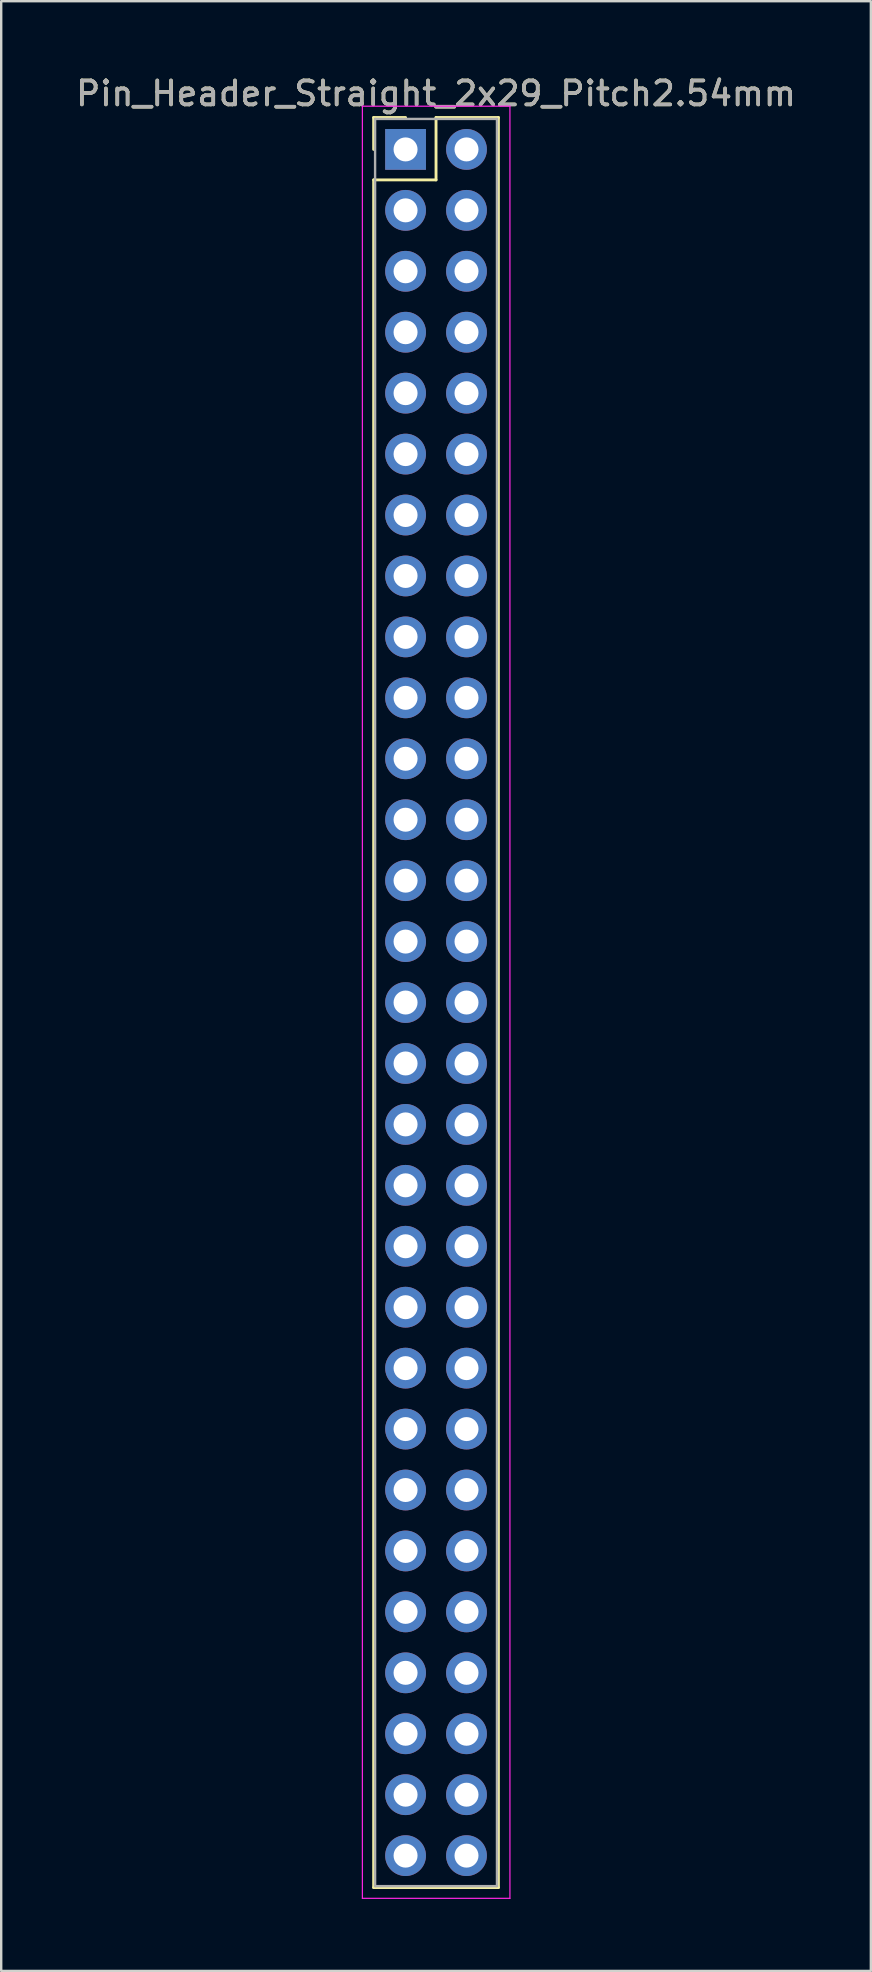
<source format=kicad_pcb>
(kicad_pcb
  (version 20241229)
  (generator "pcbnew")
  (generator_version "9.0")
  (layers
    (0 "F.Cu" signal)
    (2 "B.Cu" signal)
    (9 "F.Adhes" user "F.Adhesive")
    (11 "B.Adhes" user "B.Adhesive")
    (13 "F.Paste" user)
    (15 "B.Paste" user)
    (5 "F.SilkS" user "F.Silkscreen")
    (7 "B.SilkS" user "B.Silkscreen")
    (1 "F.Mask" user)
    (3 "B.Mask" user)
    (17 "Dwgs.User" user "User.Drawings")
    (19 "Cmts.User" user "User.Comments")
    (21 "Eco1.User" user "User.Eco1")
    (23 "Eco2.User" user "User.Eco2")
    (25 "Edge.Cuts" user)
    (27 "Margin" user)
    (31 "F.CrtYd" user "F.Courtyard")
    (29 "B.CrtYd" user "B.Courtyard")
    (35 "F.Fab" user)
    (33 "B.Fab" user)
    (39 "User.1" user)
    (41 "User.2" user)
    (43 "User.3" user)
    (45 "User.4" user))
  (footprint "Pin_Header_Straight_2x29_Pitch2.54mm"
    (layer "F.Cu")
    (at 13.855 3.178)
    (property "Reference" "Pin_Header_Straight_2x29_Pitch2.54mm" (at 1.27 -2.33 0) (layer "F.SilkS") (effects (font (size 1 1) (thickness 0.15))))
    (attr through_hole)
    (fp_line (start -1.33 -1.33) (end 0 -1.33) (stroke (width 0.12) (type solid)) (layer "F.SilkS"))
    (fp_line (start -1.33 0) (end -1.33 -1.33) (stroke (width 0.12) (type solid)) (layer "F.SilkS"))
    (fp_line (start -1.33 1.27) (end -1.33 72.45) (stroke (width 0.12) (type solid)) (layer "F.SilkS"))
    (fp_line (start -1.33 72.45) (end 3.87 72.45) (stroke (width 0.12) (type solid)) (layer "F.SilkS"))
    (fp_line (start 1.27 -1.33) (end 1.27 1.27) (stroke (width 0.12) (type solid)) (layer "F.SilkS"))
    (fp_line (start 1.27 1.27) (end -1.33 1.27) (stroke (width 0.12) (type solid)) (layer "F.SilkS"))
    (fp_line (start 3.87 -1.33) (end 1.27 -1.33) (stroke (width 0.12) (type solid)) (layer "F.SilkS"))
    (fp_line (start 3.87 72.45) (end 3.87 -1.33) (stroke (width 0.12) (type solid)) (layer "F.SilkS"))
    (fp_line (start -1.8 -1.8) (end -1.8 72.9) (stroke (width 0.05) (type solid)) (layer "F.CrtYd"))
    (fp_line (start -1.8 72.9) (end 4.35 72.9) (stroke (width 0.05) (type solid)) (layer "F.CrtYd"))
    (fp_line (start 4.35 -1.8) (end -1.8 -1.8) (stroke (width 0.05) (type solid)) (layer "F.CrtYd"))
    (fp_line (start 4.35 72.9) (end 4.35 -1.8) (stroke (width 0.05) (type solid)) (layer "F.CrtYd"))
    (fp_line (start -1.27 -1.27) (end -1.27 72.39) (stroke (width 0.1) (type solid)) (layer "F.Fab"))
    (fp_line (start -1.27 72.39) (end 3.81 72.39) (stroke (width 0.1) (type solid)) (layer "F.Fab"))
    (fp_line (start 3.81 -1.27) (end -1.27 -1.27) (stroke (width 0.1) (type solid)) (layer "F.Fab"))
    (fp_line (start 3.81 72.39) (end 3.81 -1.27) (stroke (width 0.1) (type solid)) (layer "F.Fab"))
    (fp_text user "${REFERENCE}" (at 1.27 -2.33 0) (layer "F.Fab") (effects (font (size 1 1) (thickness 0.15))))
    (pad "1" thru_hole rect (at 0 0) (size 1.7 1.7) (drill 1) (layers "*.Cu" "*.Mask"))
    (pad "2" thru_hole oval (at 2.54 0) (size 1.7 1.7) (drill 1) (layers "*.Cu" "*.Mask"))
    (pad "3" thru_hole oval (at 0 2.54) (size 1.7 1.7) (drill 1) (layers "*.Cu" "*.Mask"))
    (pad "4" thru_hole oval (at 2.54 2.54) (size 1.7 1.7) (drill 1) (layers "*.Cu" "*.Mask"))
    (pad "5" thru_hole oval (at 0 5.08) (size 1.7 1.7) (drill 1) (layers "*.Cu" "*.Mask"))
    (pad "6" thru_hole oval (at 2.54 5.08) (size 1.7 1.7) (drill 1) (layers "*.Cu" "*.Mask"))
    (pad "7" thru_hole oval (at 0 7.62) (size 1.7 1.7) (drill 1) (layers "*.Cu" "*.Mask"))
    (pad "8" thru_hole oval (at 2.54 7.62) (size 1.7 1.7) (drill 1) (layers "*.Cu" "*.Mask"))
    (pad "9" thru_hole oval (at 0 10.16) (size 1.7 1.7) (drill 1) (layers "*.Cu" "*.Mask"))
    (pad "10" thru_hole oval (at 2.54 10.16) (size 1.7 1.7) (drill 1) (layers "*.Cu" "*.Mask"))
    (pad "11" thru_hole oval (at 0 12.7) (size 1.7 1.7) (drill 1) (layers "*.Cu" "*.Mask"))
    (pad "12" thru_hole oval (at 2.54 12.7) (size 1.7 1.7) (drill 1) (layers "*.Cu" "*.Mask"))
    (pad "13" thru_hole oval (at 0 15.24) (size 1.7 1.7) (drill 1) (layers "*.Cu" "*.Mask"))
    (pad "14" thru_hole oval (at 2.54 15.24) (size 1.7 1.7) (drill 1) (layers "*.Cu" "*.Mask"))
    (pad "15" thru_hole oval (at 0 17.78) (size 1.7 1.7) (drill 1) (layers "*.Cu" "*.Mask"))
    (pad "16" thru_hole oval (at 2.54 17.78) (size 1.7 1.7) (drill 1) (layers "*.Cu" "*.Mask"))
    (pad "17" thru_hole oval (at 0 20.32) (size 1.7 1.7) (drill 1) (layers "*.Cu" "*.Mask"))
    (pad "18" thru_hole oval (at 2.54 20.32) (size 1.7 1.7) (drill 1) (layers "*.Cu" "*.Mask"))
    (pad "19" thru_hole oval (at 0 22.86) (size 1.7 1.7) (drill 1) (layers "*.Cu" "*.Mask"))
    (pad "20" thru_hole oval (at 2.54 22.86) (size 1.7 1.7) (drill 1) (layers "*.Cu" "*.Mask"))
    (pad "21" thru_hole oval (at 0 25.4) (size 1.7 1.7) (drill 1) (layers "*.Cu" "*.Mask"))
    (pad "22" thru_hole oval (at 2.54 25.4) (size 1.7 1.7) (drill 1) (layers "*.Cu" "*.Mask"))
    (pad "23" thru_hole oval (at 0 27.94) (size 1.7 1.7) (drill 1) (layers "*.Cu" "*.Mask"))
    (pad "24" thru_hole oval (at 2.54 27.94) (size 1.7 1.7) (drill 1) (layers "*.Cu" "*.Mask"))
    (pad "25" thru_hole oval (at 0 30.48) (size 1.7 1.7) (drill 1) (layers "*.Cu" "*.Mask"))
    (pad "26" thru_hole oval (at 2.54 30.48) (size 1.7 1.7) (drill 1) (layers "*.Cu" "*.Mask"))
    (pad "27" thru_hole oval (at 0 33.02) (size 1.7 1.7) (drill 1) (layers "*.Cu" "*.Mask"))
    (pad "28" thru_hole oval (at 2.54 33.02) (size 1.7 1.7) (drill 1) (layers "*.Cu" "*.Mask"))
    (pad "29" thru_hole oval (at 0 35.56) (size 1.7 1.7) (drill 1) (layers "*.Cu" "*.Mask"))
    (pad "30" thru_hole oval (at 2.54 35.56) (size 1.7 1.7) (drill 1) (layers "*.Cu" "*.Mask"))
    (pad "31" thru_hole oval (at 0 38.1) (size 1.7 1.7) (drill 1) (layers "*.Cu" "*.Mask"))
    (pad "32" thru_hole oval (at 2.54 38.1) (size 1.7 1.7) (drill 1) (layers "*.Cu" "*.Mask"))
    (pad "33" thru_hole oval (at 0 40.64) (size 1.7 1.7) (drill 1) (layers "*.Cu" "*.Mask"))
    (pad "34" thru_hole oval (at 2.54 40.64) (size 1.7 1.7) (drill 1) (layers "*.Cu" "*.Mask"))
    (pad "35" thru_hole oval (at 0 43.18) (size 1.7 1.7) (drill 1) (layers "*.Cu" "*.Mask"))
    (pad "36" thru_hole oval (at 2.54 43.18) (size 1.7 1.7) (drill 1) (layers "*.Cu" "*.Mask"))
    (pad "37" thru_hole oval (at 0 45.72) (size 1.7 1.7) (drill 1) (layers "*.Cu" "*.Mask"))
    (pad "38" thru_hole oval (at 2.54 45.72) (size 1.7 1.7) (drill 1) (layers "*.Cu" "*.Mask"))
    (pad "39" thru_hole oval (at 0 48.26) (size 1.7 1.7) (drill 1) (layers "*.Cu" "*.Mask"))
    (pad "40" thru_hole oval (at 2.54 48.26) (size 1.7 1.7) (drill 1) (layers "*.Cu" "*.Mask"))
    (pad "41" thru_hole oval (at 0 50.8) (size 1.7 1.7) (drill 1) (layers "*.Cu" "*.Mask"))
    (pad "42" thru_hole oval (at 2.54 50.8) (size 1.7 1.7) (drill 1) (layers "*.Cu" "*.Mask"))
    (pad "43" thru_hole oval (at 0 53.34) (size 1.7 1.7) (drill 1) (layers "*.Cu" "*.Mask"))
    (pad "44" thru_hole oval (at 2.54 53.34) (size 1.7 1.7) (drill 1) (layers "*.Cu" "*.Mask"))
    (pad "45" thru_hole oval (at 0 55.88) (size 1.7 1.7) (drill 1) (layers "*.Cu" "*.Mask"))
    (pad "46" thru_hole oval (at 2.54 55.88) (size 1.7 1.7) (drill 1) (layers "*.Cu" "*.Mask"))
    (pad "47" thru_hole oval (at 0 58.42) (size 1.7 1.7) (drill 1) (layers "*.Cu" "*.Mask"))
    (pad "48" thru_hole oval (at 2.54 58.42) (size 1.7 1.7) (drill 1) (layers "*.Cu" "*.Mask"))
    (pad "49" thru_hole oval (at 0 60.96) (size 1.7 1.7) (drill 1) (layers "*.Cu" "*.Mask"))
    (pad "50" thru_hole oval (at 2.54 60.96) (size 1.7 1.7) (drill 1) (layers "*.Cu" "*.Mask"))
    (pad "51" thru_hole oval (at 0 63.5) (size 1.7 1.7) (drill 1) (layers "*.Cu" "*.Mask"))
    (pad "52" thru_hole oval (at 2.54 63.5) (size 1.7 1.7) (drill 1) (layers "*.Cu" "*.Mask"))
    (pad "53" thru_hole oval (at 0 66.04) (size 1.7 1.7) (drill 1) (layers "*.Cu" "*.Mask"))
    (pad "54" thru_hole oval (at 2.54 66.04) (size 1.7 1.7) (drill 1) (layers "*.Cu" "*.Mask"))
    (pad "55" thru_hole oval (at 0 68.58) (size 1.7 1.7) (drill 1) (layers "*.Cu" "*.Mask"))
    (pad "56" thru_hole oval (at 2.54 68.58) (size 1.7 1.7) (drill 1) (layers "*.Cu" "*.Mask"))
    (pad "57" thru_hole oval (at 0 71.12) (size 1.7 1.7) (drill 1) (layers "*.Cu" "*.Mask"))
    (pad "58" thru_hole oval (at 2.54 71.12) (size 1.7 1.7) (drill 1) (layers "*.Cu" "*.Mask")))
  (gr_rect
    (start -3 -3)
    (end 33.25 79.103)
    (stroke (width 0.1) (type default))
    (fill no)
    (layer "Edge.Cuts")))
</source>
